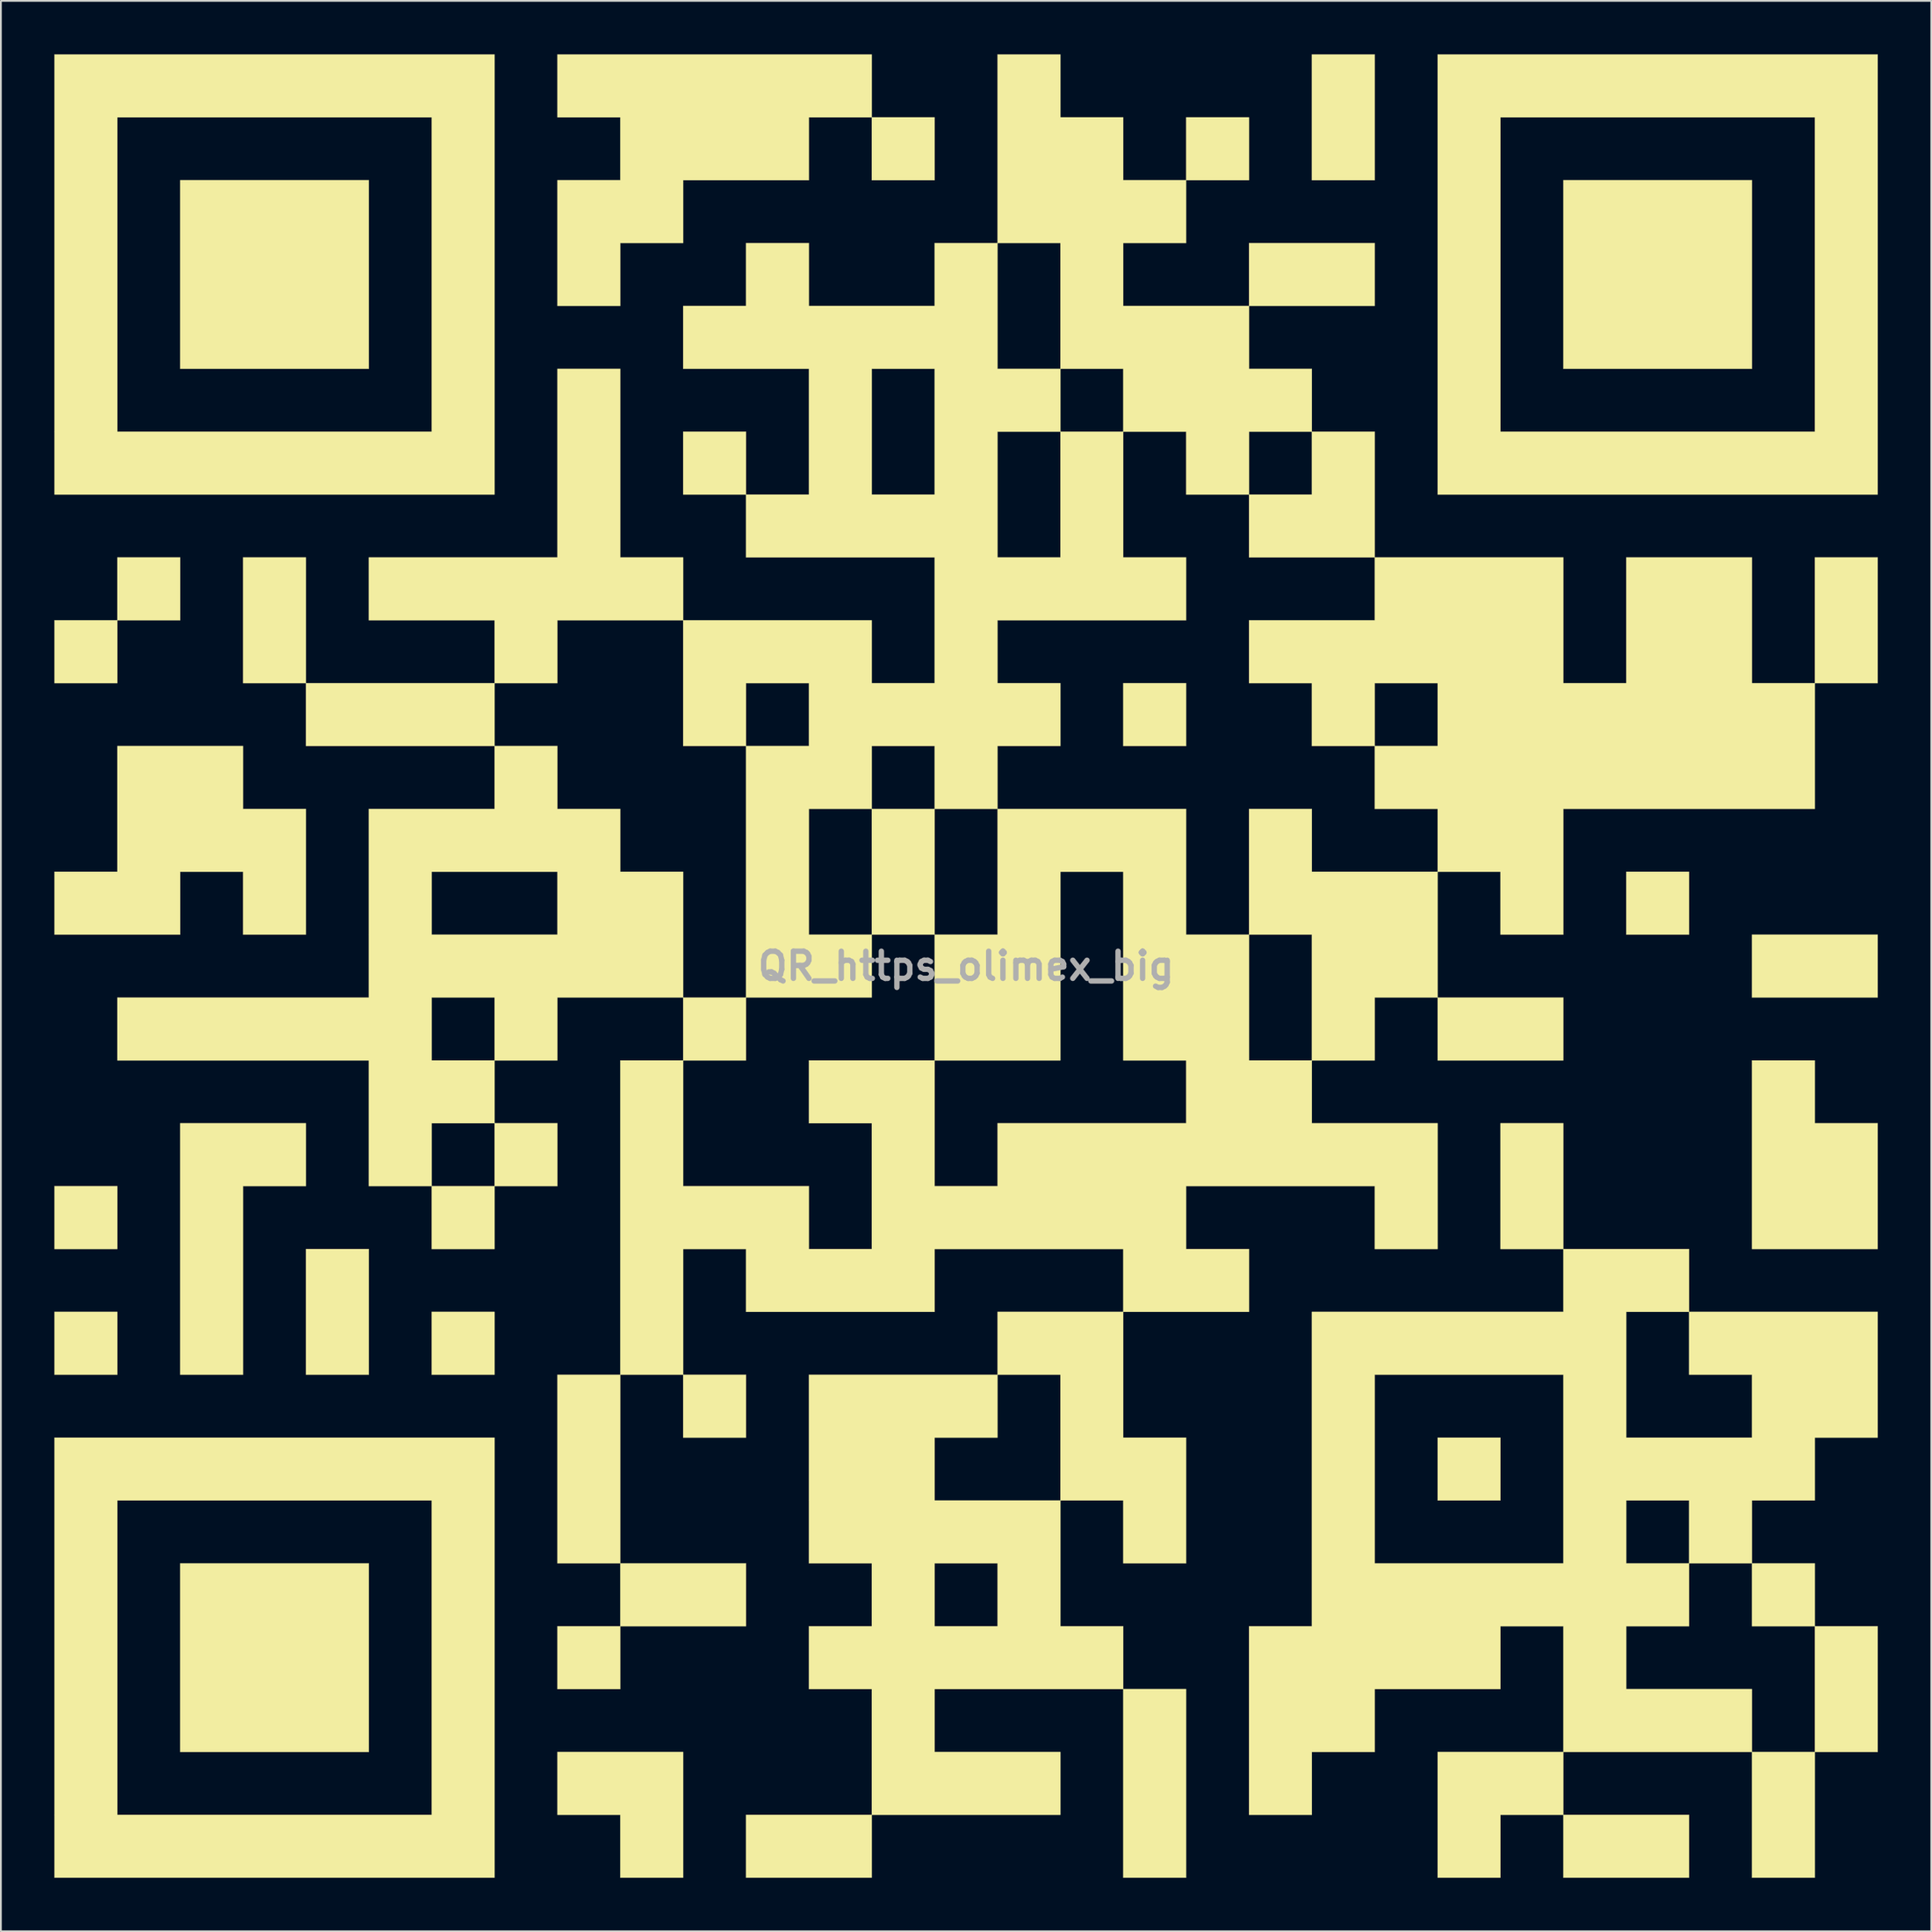
<source format=kicad_pcb>
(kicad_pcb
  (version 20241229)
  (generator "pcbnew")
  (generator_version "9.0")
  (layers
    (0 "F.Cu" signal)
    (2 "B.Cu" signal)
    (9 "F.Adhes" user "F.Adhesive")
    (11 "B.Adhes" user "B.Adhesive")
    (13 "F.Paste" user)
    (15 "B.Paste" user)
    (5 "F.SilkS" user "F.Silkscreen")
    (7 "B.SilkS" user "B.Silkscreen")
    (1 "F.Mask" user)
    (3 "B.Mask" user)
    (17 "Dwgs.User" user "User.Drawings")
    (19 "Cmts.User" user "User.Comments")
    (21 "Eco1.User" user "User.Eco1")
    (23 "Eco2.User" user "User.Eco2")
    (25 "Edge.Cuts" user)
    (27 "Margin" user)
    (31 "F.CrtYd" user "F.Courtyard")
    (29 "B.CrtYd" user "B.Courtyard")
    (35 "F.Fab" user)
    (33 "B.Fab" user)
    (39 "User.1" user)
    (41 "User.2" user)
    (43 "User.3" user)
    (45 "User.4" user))
  (footprint "QR_https_olimex_big"
    (layer "F.Cu")
    (at 51.158 51.158)
    (property "Reference" "QR_https_olimex_big" (at 0 0 0) (layer "F.Fab") (effects (font (size 1.524 1.524) (thickness 0.3))))
    (attr through_hole)
    (fp_poly (pts (xy -47.625 -15.875) (xy -51.153 -15.875) (xy -51.153 -19.403) (xy -47.625 -19.403) (xy -47.625 -15.875)) (stroke (width 0.01) (type solid)) (fill yes) (layer "F.SilkS"))
    (fp_poly (pts (xy -47.625 15.875) (xy -51.153 15.875) (xy -51.153 12.347) (xy -47.625 12.347) (xy -47.625 15.875)) (stroke (width 0.01) (type solid)) (fill yes) (layer "F.SilkS"))
    (fp_poly (pts (xy -47.625 22.931) (xy -51.153 22.931) (xy -51.153 19.403) (xy -47.625 19.403) (xy -47.625 22.931)) (stroke (width 0.01) (type solid)) (fill yes) (layer "F.SilkS"))
    (fp_poly (pts (xy -44.097 -19.403) (xy -47.625 -19.403) (xy -47.625 -22.931) (xy -44.097 -22.931) (xy -44.097 -19.403)) (stroke (width 0.01) (type solid)) (fill yes) (layer "F.SilkS"))
    (fp_poly (pts (xy -37.042 -15.875) (xy -40.569 -15.875) (xy -40.569 -22.931) (xy -37.042 -22.931) (xy -37.042 -15.875)) (stroke (width 0.01) (type solid)) (fill yes) (layer "F.SilkS"))
    (fp_poly (pts (xy -33.514 -33.514) (xy -44.097 -33.514) (xy -44.097 -44.097) (xy -33.514 -44.097) (xy -33.514 -33.514)) (stroke (width 0.01) (type solid)) (fill yes) (layer "F.SilkS"))
    (fp_poly (pts (xy -33.514 22.931) (xy -37.042 22.931) (xy -37.042 15.875) (xy -33.514 15.875) (xy -33.514 22.931)) (stroke (width 0.01) (type solid)) (fill yes) (layer "F.SilkS"))
    (fp_poly (pts (xy -33.514 44.097) (xy -44.097 44.097) (xy -44.097 33.514) (xy -33.514 33.514) (xy -33.514 44.097)) (stroke (width 0.01) (type solid)) (fill yes) (layer "F.SilkS"))
    (fp_poly (pts (xy -26.458 15.875) (xy -29.986 15.875) (xy -29.986 12.347) (xy -26.458 12.347) (xy -26.458 15.875)) (stroke (width 0.01) (type solid)) (fill yes) (layer "F.SilkS"))
    (fp_poly (pts (xy -26.458 22.931) (xy -29.986 22.931) (xy -29.986 19.403) (xy -26.458 19.403) (xy -26.458 22.931)) (stroke (width 0.01) (type solid)) (fill yes) (layer "F.SilkS"))
    (fp_poly (pts (xy -22.931 12.347) (xy -26.458 12.347) (xy -26.458 8.819) (xy -22.931 8.819) (xy -22.931 12.347)) (stroke (width 0.01) (type solid)) (fill yes) (layer "F.SilkS"))
    (fp_poly (pts (xy -19.403 33.514) (xy -22.931 33.514) (xy -22.931 22.931) (xy -19.403 22.931) (xy -19.403 33.514)) (stroke (width 0.01) (type solid)) (fill yes) (layer "F.SilkS"))
    (fp_poly (pts (xy -19.403 40.569) (xy -22.931 40.569) (xy -22.931 37.042) (xy -19.403 37.042) (xy -19.403 40.569)) (stroke (width 0.01) (type solid)) (fill yes) (layer "F.SilkS"))
    (fp_poly (pts (xy -12.347 -26.458) (xy -15.875 -26.458) (xy -15.875 -29.986) (xy -12.347 -29.986) (xy -12.347 -26.458)) (stroke (width 0.01) (type solid)) (fill yes) (layer "F.SilkS"))
    (fp_poly (pts (xy -12.347 26.458) (xy -15.875 26.458) (xy -15.875 22.931) (xy -12.347 22.931) (xy -12.347 26.458)) (stroke (width 0.01) (type solid)) (fill yes) (layer "F.SilkS"))
    (fp_poly (pts (xy -12.347 37.042) (xy -19.403 37.042) (xy -19.403 33.514) (xy -12.347 33.514) (xy -12.347 37.042)) (stroke (width 0.01) (type solid)) (fill yes) (layer "F.SilkS"))
    (fp_poly (pts (xy -5.292 51.153) (xy -12.347 51.153) (xy -12.347 47.625) (xy -5.292 47.625) (xy -5.292 51.153)) (stroke (width 0.01) (type solid)) (fill yes) (layer "F.SilkS"))
    (fp_poly (pts (xy -1.764 -44.097) (xy -5.292 -44.097) (xy -5.292 -47.625) (xy -1.764 -47.625) (xy -1.764 -44.097)) (stroke (width 0.01) (type solid)) (fill yes) (layer "F.SilkS"))
    (fp_poly (pts (xy -1.764 -1.764) (xy -5.292 -1.764) (xy -5.292 -8.819) (xy -1.764 -8.819) (xy -1.764 -1.764)) (stroke (width 0.01) (type solid)) (fill yes) (layer "F.SilkS"))
    (fp_poly (pts (xy 12.347 -12.347) (xy 8.819 -12.347) (xy 8.819 -15.875) (xy 12.347 -15.875) (xy 12.347 -12.347)) (stroke (width 0.01) (type solid)) (fill yes) (layer "F.SilkS"))
    (fp_poly (pts (xy 12.347 51.153) (xy 8.819 51.153) (xy 8.819 40.569) (xy 12.347 40.569) (xy 12.347 51.153)) (stroke (width 0.01) (type solid)) (fill yes) (layer "F.SilkS"))
    (fp_poly (pts (xy 15.875 -44.097) (xy 12.347 -44.097) (xy 12.347 -47.625) (xy 15.875 -47.625) (xy 15.875 -44.097)) (stroke (width 0.01) (type solid)) (fill yes) (layer "F.SilkS"))
    (fp_poly (pts (xy 22.931 -44.097) (xy 19.403 -44.097) (xy 19.403 -51.153) (xy 22.931 -51.153) (xy 22.931 -44.097)) (stroke (width 0.01) (type solid)) (fill yes) (layer "F.SilkS"))
    (fp_poly (pts (xy 22.931 -37.042) (xy 15.875 -37.042) (xy 15.875 -40.569) (xy 22.931 -40.569) (xy 22.931 -37.042)) (stroke (width 0.01) (type solid)) (fill yes) (layer "F.SilkS"))
    (fp_poly (pts (xy 29.986 29.986) (xy 26.458 29.986) (xy 26.458 26.458) (xy 29.986 26.458) (xy 29.986 29.986)) (stroke (width 0.01) (type solid)) (fill yes) (layer "F.SilkS"))
    (fp_poly (pts (xy 33.514 5.292) (xy 26.458 5.292) (xy 26.458 1.764) (xy 33.514 1.764) (xy 33.514 5.292)) (stroke (width 0.01) (type solid)) (fill yes) (layer "F.SilkS"))
    (fp_poly (pts (xy 33.514 15.875) (xy 29.986 15.875) (xy 29.986 8.819) (xy 33.514 8.819) (xy 33.514 15.875)) (stroke (width 0.01) (type solid)) (fill yes) (layer "F.SilkS"))
    (fp_poly (pts (xy 40.569 -1.764) (xy 37.042 -1.764) (xy 37.042 -5.292) (xy 40.569 -5.292) (xy 40.569 -1.764)) (stroke (width 0.01) (type solid)) (fill yes) (layer "F.SilkS"))
    (fp_poly (pts (xy 40.569 51.153) (xy 33.514 51.153) (xy 33.514 47.625) (xy 40.569 47.625) (xy 40.569 51.153)) (stroke (width 0.01) (type solid)) (fill yes) (layer "F.SilkS"))
    (fp_poly (pts (xy 44.097 -33.514) (xy 33.514 -33.514) (xy 33.514 -44.097) (xy 44.097 -44.097) (xy 44.097 -33.514)) (stroke (width 0.01) (type solid)) (fill yes) (layer "F.SilkS"))
    (fp_poly (pts (xy 47.625 37.042) (xy 44.097 37.042) (xy 44.097 33.514) (xy 47.625 33.514) (xy 47.625 37.042)) (stroke (width 0.01) (type solid)) (fill yes) (layer "F.SilkS"))
    (fp_poly (pts (xy 47.625 51.153) (xy 44.097 51.153) (xy 44.097 44.097) (xy 47.625 44.097) (xy 47.625 51.153)) (stroke (width 0.01) (type solid)) (fill yes) (layer "F.SilkS"))
    (fp_poly (pts (xy 51.153 -15.875) (xy 47.625 -15.875) (xy 47.625 -22.931) (xy 51.153 -22.931) (xy 51.153 -15.875)) (stroke (width 0.01) (type solid)) (fill yes) (layer "F.SilkS"))
    (fp_poly (pts (xy 51.153 1.764) (xy 44.097 1.764) (xy 44.097 -1.764) (xy 51.153 -1.764) (xy 51.153 1.764)) (stroke (width 0.01) (type solid)) (fill yes) (layer "F.SilkS"))
    (fp_poly (pts (xy 51.153 44.097) (xy 47.625 44.097) (xy 47.625 37.042) (xy 51.153 37.042) (xy 51.153 44.097)) (stroke (width 0.01) (type solid)) (fill yes) (layer "F.SilkS"))
    (fp_poly (pts (xy -37.042 12.347) (xy -40.569 12.347) (xy -40.569 22.931) (xy -44.097 22.931) (xy -44.097 8.819) (xy -37.042 8.819) (xy -37.042 12.347)) (stroke (width 0.01) (type solid)) (fill yes) (layer "F.SilkS"))
    (fp_poly (pts (xy -15.875 51.153) (xy -19.403 51.153) (xy -19.403 47.625) (xy -22.931 47.625) (xy -22.931 44.097) (xy -15.875 44.097) (xy -15.875 51.153)) (stroke (width 0.01) (type solid)) (fill yes) (layer "F.SilkS"))
    (fp_poly (pts (xy 33.514 47.625) (xy 29.986 47.625) (xy 29.986 51.153) (xy 26.458 51.153) (xy 26.458 44.097) (xy 33.514 44.097) (xy 33.514 47.625)) (stroke (width 0.01) (type solid)) (fill yes) (layer "F.SilkS"))
    (fp_poly (pts (xy 47.625 8.819) (xy 51.153 8.819) (xy 51.153 15.875) (xy 44.097 15.875) (xy 44.097 5.292) (xy 47.625 5.292) (xy 47.625 8.819)) (stroke (width 0.01) (type solid)) (fill yes) (layer "F.SilkS"))
    (fp_poly (pts (xy -26.458 -26.458) (xy -51.153 -26.458) (xy -51.153 -47.625) (xy -47.625 -47.625) (xy -47.625 -29.986) (xy -29.986 -29.986) (xy -29.986 -47.625) (xy -47.625 -47.625) (xy -51.153 -47.625) (xy -51.153 -51.153) (xy -26.458 -51.153) (xy -26.458 -26.458)) (stroke (width 0.01) (type solid)) (fill yes) (layer "F.SilkS"))
    (fp_poly (pts (xy -26.458 51.153) (xy -51.153 51.153) (xy -51.153 29.986) (xy -47.625 29.986) (xy -47.625 47.625) (xy -29.986 47.625) (xy -29.986 29.986) (xy -47.625 29.986) (xy -51.153 29.986) (xy -51.153 26.458) (xy -26.458 26.458) (xy -26.458 51.153)) (stroke (width 0.01) (type solid)) (fill yes) (layer "F.SilkS"))
    (fp_poly (pts (xy 51.153 -26.458) (xy 26.458 -26.458) (xy 26.458 -47.625) (xy 29.986 -47.625) (xy 29.986 -29.986) (xy 47.625 -29.986) (xy 47.625 -47.625) (xy 29.986 -47.625) (xy 26.458 -47.625) (xy 26.458 -51.153) (xy 51.153 -51.153) (xy 51.153 -26.458)) (stroke (width 0.01) (type solid)) (fill yes) (layer "F.SilkS"))
    (fp_poly (pts (xy -40.569 -8.819) (xy -37.042 -8.819) (xy -37.042 -1.764) (xy -40.569 -1.764) (xy -40.569 -5.292) (xy -44.097 -5.292) (xy -44.097 -1.764) (xy -51.153 -1.764) (xy -51.153 -5.292) (xy -47.625 -5.292) (xy -47.625 -12.347) (xy -40.569 -12.347) (xy -40.569 -8.819)) (stroke (width 0.01) (type solid)) (fill yes) (layer "F.SilkS"))
    (fp_poly (pts (xy -5.292 -47.625) (xy -8.819 -47.625) (xy -8.819 -44.097) (xy -15.875 -44.097) (xy -15.875 -40.569) (xy -19.403 -40.569) (xy -19.403 -37.042) (xy -22.931 -37.042) (xy -22.931 -44.097) (xy -19.403 -44.097) (xy -19.403 -47.625) (xy -22.931 -47.625) (xy -22.931 -51.153) (xy -5.292 -51.153) (xy -5.292 -47.625)) (stroke (width 0.01) (type solid)) (fill yes) (layer "F.SilkS"))
    (fp_poly (pts (xy 8.819 26.458) (xy 12.347 26.458) (xy 12.347 33.514) (xy 8.819 33.514) (xy 8.819 29.986) (xy 5.292 29.986) (xy 5.292 37.042) (xy 8.819 37.042) (xy 8.819 40.569) (xy -1.764 40.569) (xy -1.764 44.097) (xy 5.292 44.097) (xy 5.292 47.625) (xy -5.292 47.625) (xy -5.292 40.569) (xy -8.819 40.569) (xy -8.819 37.042) (xy -5.292 37.042) (xy -5.292 33.514) (xy -1.764 33.514) (xy -1.764 37.042) (xy 1.764 37.042) (xy 1.764 33.514) (xy -1.764 33.514) (xy -5.292 33.514) (xy -8.819 33.514) (xy -8.819 26.458) (xy -1.764 26.458) (xy -1.764 29.986) (xy 5.292 29.986) (xy 5.292 22.931) (xy 1.764 22.931) (xy 1.764 26.458) (xy -1.764 26.458) (xy -8.819 26.458) (xy -8.819 22.931) (xy 1.764 22.931) (xy 1.764 19.403) (xy 8.819 19.403) (xy 8.819 26.458)) (stroke (width 0.01) (type solid)) (fill yes) (layer "F.SilkS"))
    (fp_poly (pts (xy 51.153 19.403) (xy 51.153 26.458) (xy 47.625 26.458) (xy 47.625 29.986) (xy 44.097 29.986) (xy 44.097 33.514) (xy 40.569 33.514) (xy 40.569 37.042) (xy 37.042 37.042) (xy 37.042 40.569) (xy 44.097 40.569) (xy 44.097 44.097) (xy 33.514 44.097) (xy 33.514 37.042) (xy 29.986 37.042) (xy 29.986 40.569) (xy 22.931 40.569) (xy 22.931 44.097) (xy 19.403 44.097) (xy 19.403 47.625) (xy 15.875 47.625) (xy 15.875 37.042) (xy 19.403 37.042) (xy 19.403 22.931) (xy 22.931 22.931) (xy 22.931 33.514) (xy 33.514 33.514) (xy 33.514 29.986) (xy 37.042 29.986) (xy 37.042 33.514) (xy 40.569 33.514) (xy 40.569 29.986) (xy 37.042 29.986) (xy 33.514 29.986) (xy 33.514 22.931) (xy 22.931 22.931) (xy 19.403 22.931) (xy 19.403 19.403) (xy 33.514 19.403) (xy 37.042 19.403) (xy 37.042 26.458) (xy 44.097 26.458) (xy 44.097 22.931) (xy 40.569 22.931) (xy 40.569 19.403) (xy 37.042 19.403) (xy 33.514 19.403) (xy 33.514 15.875) (xy 40.569 15.875) (xy 40.569 19.403) (xy 51.153 19.403)) (stroke (width 0.01) (type solid)) (fill yes) (layer "F.SilkS"))
    (fp_poly (pts (xy -5.292 -19.403) (xy -5.292 -15.875) (xy -1.764 -15.875) (xy -1.764 -19.403) (xy 1.764 -19.403) (xy 1.764 -15.875) (xy 5.292 -15.875) (xy 5.292 -12.347) (xy 1.764 -12.347) (xy 1.764 -8.819) (xy 12.347 -8.819) (xy 12.347 -1.764) (xy 15.875 -1.764) (xy 15.875 5.292) (xy 19.403 5.292) (xy 19.403 -1.764) (xy 15.875 -1.764) (xy 15.875 -8.819) (xy 19.403 -8.819) (xy 19.403 -5.292) (xy 26.458 -5.292) (xy 26.458 -8.819) (xy 22.931 -8.819) (xy 22.931 -12.347) (xy 19.403 -12.347) (xy 19.403 -15.875) (xy 22.931 -15.875) (xy 22.931 -12.347) (xy 26.458 -12.347) (xy 26.458 -15.875) (xy 22.931 -15.875) (xy 19.403 -15.875) (xy 15.875 -15.875) (xy 15.875 -19.403) (xy 22.931 -19.403) (xy 22.931 -22.931) (xy 15.875 -22.931) (xy 15.875 -26.458) (xy 12.347 -26.458) (xy 12.347 -29.986) (xy 15.875 -29.986) (xy 15.875 -26.458) (xy 19.403 -26.458) (xy 19.403 -29.986) (xy 15.875 -29.986) (xy 12.347 -29.986) (xy 8.819 -29.986) (xy 8.819 -22.931) (xy 12.347 -22.931) (xy 12.347 -19.403) (xy 1.764 -19.403) (xy -1.764 -19.403) (xy -1.764 -22.931) (xy -12.347 -22.931) (xy -12.347 -26.458) (xy -8.819 -26.458) (xy -8.819 -33.514) (xy -5.292 -33.514) (xy -5.292 -26.458) (xy -1.764 -26.458) (xy -1.764 -29.986) (xy 1.764 -29.986) (xy 1.764 -22.931) (xy 5.292 -22.931) (xy 5.292 -29.986) (xy 1.764 -29.986) (xy -1.764 -29.986) (xy -1.764 -33.514) (xy -5.292 -33.514) (xy -8.819 -33.514) (xy -15.875 -33.514) (xy -15.875 -37.042) (xy -12.347 -37.042) (xy -12.347 -40.569) (xy -8.819 -40.569) (xy -8.819 -37.042) (xy -1.764 -37.042) (xy -1.764 -40.569) (xy 1.764 -40.569) (xy 1.764 -33.514) (xy 5.292 -33.514) (xy 5.292 -29.986) (xy 8.819 -29.986) (xy 8.819 -33.514) (xy 5.292 -33.514) (xy 5.292 -40.569) (xy 1.764 -40.569) (xy 1.764 -51.153) (xy 5.292 -51.153) (xy 5.292 -47.625) (xy 8.819 -47.625) (xy 8.819 -44.097) (xy 12.347 -44.097) (xy 12.347 -40.569) (xy 8.819 -40.569) (xy 8.819 -37.042) (xy 15.875 -37.042) (xy 15.875 -33.514) (xy 19.403 -33.514) (xy 19.403 -29.986) (xy 22.931 -29.986) (xy 22.931 -22.931) (xy 33.514 -22.931) (xy 33.514 -15.875) (xy 37.042 -15.875) (xy 37.042 -22.931) (xy 44.097 -22.931) (xy 44.097 -15.875) (xy 47.625 -15.875) (xy 47.625 -8.819) (xy 33.514 -8.819) (xy 33.514 -1.764) (xy 29.986 -1.764) (xy 29.986 -5.292) (xy 26.458 -5.292) (xy 26.458 1.764) (xy 22.931 1.764) (xy 22.931 5.292) (xy 19.403 5.292) (xy 19.403 8.819) (xy 26.458 8.819) (xy 26.458 15.875) (xy 22.931 15.875) (xy 22.931 12.347) (xy 12.347 12.347) (xy 12.347 15.875) (xy 15.875 15.875) (xy 15.875 19.403) (xy 8.819 19.403) (xy 8.819 15.875) (xy -1.764 15.875) (xy -1.764 19.403) (xy -12.347 19.403) (xy -12.347 15.875) (xy -15.875 15.875) (xy -15.875 22.931) (xy -19.403 22.931) (xy -19.403 5.292) (xy -15.875 5.292) (xy -15.875 12.347) (xy -8.819 12.347) (xy -8.819 15.875) (xy -5.292 15.875) (xy -5.292 8.819) (xy -8.819 8.819) (xy -8.819 5.292) (xy -1.764 5.292) (xy -1.764 12.347) (xy 1.764 12.347) (xy 1.764 8.819) (xy 12.347 8.819) (xy 12.347 5.292) (xy 8.819 5.292) (xy 8.819 -5.292) (xy 5.292 -5.292) (xy 5.292 5.292) (xy -1.764 5.292) (xy -1.764 -1.764) (xy 1.764 -1.764) (xy 1.764 -8.819) (xy -1.764 -8.819) (xy -1.764 -12.347) (xy -5.292 -12.347) (xy -5.292 -8.819) (xy -8.819 -8.819) (xy -8.819 -1.764) (xy -5.292 -1.764) (xy -5.292 1.764) (xy -12.347 1.764) (xy -12.347 5.292) (xy -15.875 5.292) (xy -15.875 1.764) (xy -22.931 1.764) (xy -22.931 5.292) (xy -26.458 5.292) (xy -26.458 8.819) (xy -29.986 8.819) (xy -29.986 12.347) (xy -33.514 12.347) (xy -33.514 5.292) (xy -47.625 5.292) (xy -47.625 1.764) (xy -33.514 1.764) (xy -29.986 1.764) (xy -29.986 5.292) (xy -26.458 5.292) (xy -26.458 1.764) (xy -29.986 1.764) (xy -33.514 1.764) (xy -33.514 -5.292) (xy -29.986 -5.292) (xy -29.986 -1.764) (xy -22.931 -1.764) (xy -22.931 -5.292) (xy -29.986 -5.292) (xy -33.514 -5.292) (xy -33.514 -8.819) (xy -26.458 -8.819) (xy -26.458 -12.347) (xy -37.042 -12.347) (xy -37.042 -15.875) (xy -26.458 -15.875) (xy -26.458 -12.347) (xy -22.931 -12.347) (xy -22.931 -8.819) (xy -19.403 -8.819) (xy -19.403 -5.292) (xy -15.875 -5.292) (xy -15.875 1.764) (xy -12.347 1.764) (xy -12.347 -12.347) (xy -15.875 -12.347) (xy -15.875 -15.875) (xy -12.347 -15.875) (xy -12.347 -12.347) (xy -8.819 -12.347) (xy -8.819 -15.875) (xy -12.347 -15.875) (xy -15.875 -15.875) (xy -15.875 -19.403) (xy -22.931 -19.403) (xy -22.931 -15.875) (xy -26.458 -15.875) (xy -26.458 -19.403) (xy -33.514 -19.403) (xy -33.514 -22.931) (xy -22.931 -22.931) (xy -22.931 -33.514) (xy -19.403 -33.514) (xy -19.403 -22.931) (xy -15.875 -22.931) (xy -15.875 -19.403) (xy -5.292 -19.403)) (stroke (width 0.01) (type solid)) (fill yes) (layer "F.SilkS")))
  (gr_rect
    (start -3 -3)
    (end 105.316 105.316)
    (stroke (width 0.1) (type default))
    (fill no)
    (layer "Edge.Cuts")))
</source>
